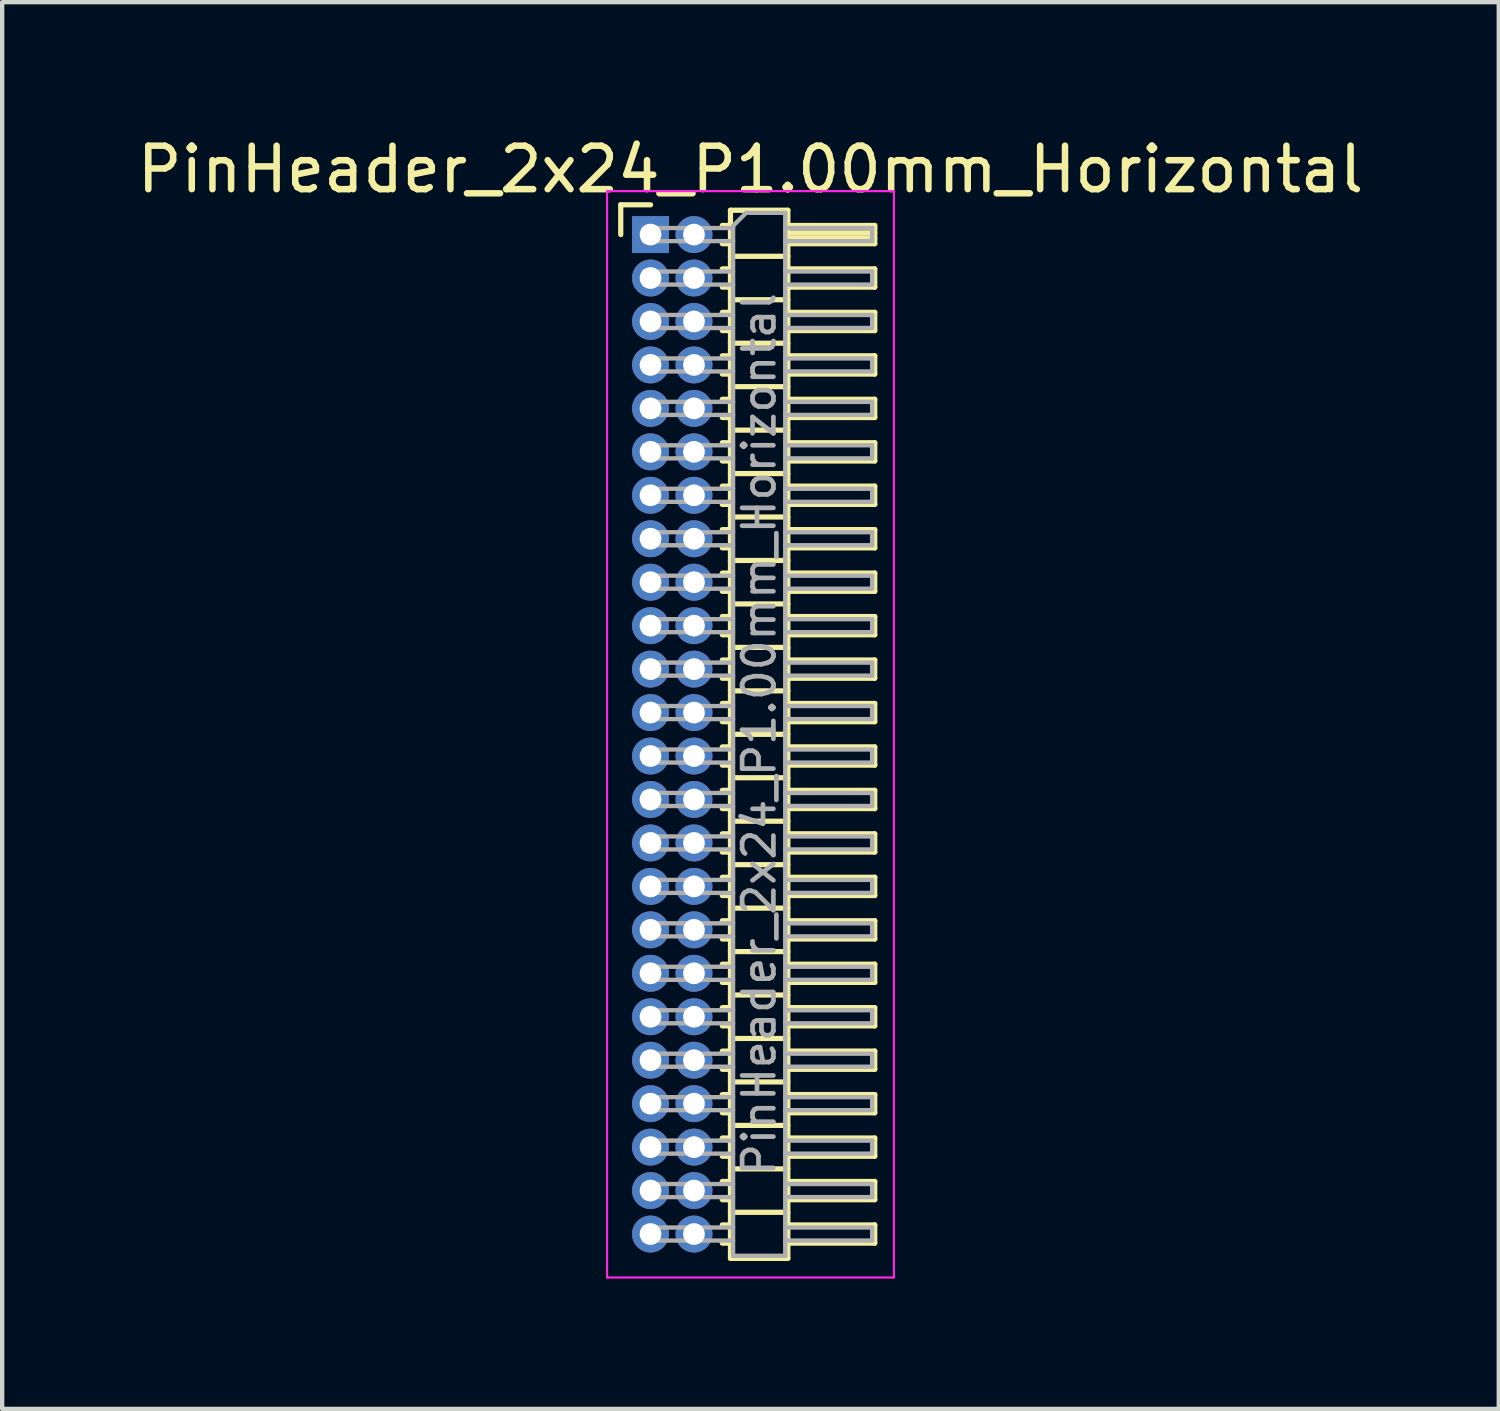
<source format=kicad_pcb>
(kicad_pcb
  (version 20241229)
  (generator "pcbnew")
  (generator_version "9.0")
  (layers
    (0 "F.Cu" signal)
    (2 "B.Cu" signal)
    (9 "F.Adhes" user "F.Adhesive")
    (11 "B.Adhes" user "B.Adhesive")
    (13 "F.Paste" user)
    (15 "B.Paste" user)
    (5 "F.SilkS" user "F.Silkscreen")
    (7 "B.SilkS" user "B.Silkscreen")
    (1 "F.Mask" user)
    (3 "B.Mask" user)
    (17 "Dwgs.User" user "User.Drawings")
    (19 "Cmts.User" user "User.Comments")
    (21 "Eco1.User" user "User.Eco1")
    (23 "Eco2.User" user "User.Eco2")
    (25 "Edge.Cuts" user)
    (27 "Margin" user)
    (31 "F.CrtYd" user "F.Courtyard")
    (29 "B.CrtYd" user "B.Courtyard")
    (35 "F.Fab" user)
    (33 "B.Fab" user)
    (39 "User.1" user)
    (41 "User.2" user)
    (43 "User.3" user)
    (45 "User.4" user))
  (footprint "PinHeader_2x24_P1.00mm_Horizontal"
    (layer "F.Cu")
    (at 11.92 2.348)
    (property "Reference" "PinHeader_2x24_P1.00mm_Horizontal" (at 2.3 -1.5 0) (layer "F.SilkS") (effects (font (size 1 1) (thickness 0.15))))
    (attr through_hole)
    (fp_line (start -0.685 -0.685) (end 0 -0.685) (stroke (width 0.12) (type solid)) (layer "F.SilkS"))
    (fp_line (start -0.685 0) (end -0.685 -0.685) (stroke (width 0.12) (type solid)) (layer "F.SilkS"))
    (fp_line (start 1.652 -0.21) (end 1.84 -0.21) (stroke (width 0.12) (type solid)) (layer "F.SilkS"))
    (fp_line (start 1.652 0.21) (end 1.84 0.21) (stroke (width 0.12) (type solid)) (layer "F.SilkS"))
    (fp_line (start 1.652 0.79) (end 1.84 0.79) (stroke (width 0.12) (type solid)) (layer "F.SilkS"))
    (fp_line (start 1.652 1.21) (end 1.84 1.21) (stroke (width 0.12) (type solid)) (layer "F.SilkS"))
    (fp_line (start 1.652 1.79) (end 1.84 1.79) (stroke (width 0.12) (type solid)) (layer "F.SilkS"))
    (fp_line (start 1.652 2.21) (end 1.84 2.21) (stroke (width 0.12) (type solid)) (layer "F.SilkS"))
    (fp_line (start 1.652 2.79) (end 1.84 2.79) (stroke (width 0.12) (type solid)) (layer "F.SilkS"))
    (fp_line (start 1.652 3.21) (end 1.84 3.21) (stroke (width 0.12) (type solid)) (layer "F.SilkS"))
    (fp_line (start 1.652 3.79) (end 1.84 3.79) (stroke (width 0.12) (type solid)) (layer "F.SilkS"))
    (fp_line (start 1.652 4.21) (end 1.84 4.21) (stroke (width 0.12) (type solid)) (layer "F.SilkS"))
    (fp_line (start 1.652 4.79) (end 1.84 4.79) (stroke (width 0.12) (type solid)) (layer "F.SilkS"))
    (fp_line (start 1.652 5.21) (end 1.84 5.21) (stroke (width 0.12) (type solid)) (layer "F.SilkS"))
    (fp_line (start 1.652 5.79) (end 1.84 5.79) (stroke (width 0.12) (type solid)) (layer "F.SilkS"))
    (fp_line (start 1.652 6.21) (end 1.84 6.21) (stroke (width 0.12) (type solid)) (layer "F.SilkS"))
    (fp_line (start 1.652 6.79) (end 1.84 6.79) (stroke (width 0.12) (type solid)) (layer "F.SilkS"))
    (fp_line (start 1.652 7.21) (end 1.84 7.21) (stroke (width 0.12) (type solid)) (layer "F.SilkS"))
    (fp_line (start 1.652 7.79) (end 1.84 7.79) (stroke (width 0.12) (type solid)) (layer "F.SilkS"))
    (fp_line (start 1.652 8.21) (end 1.84 8.21) (stroke (width 0.12) (type solid)) (layer "F.SilkS"))
    (fp_line (start 1.652 8.79) (end 1.84 8.79) (stroke (width 0.12) (type solid)) (layer "F.SilkS"))
    (fp_line (start 1.652 9.21) (end 1.84 9.21) (stroke (width 0.12) (type solid)) (layer "F.SilkS"))
    (fp_line (start 1.652 9.79) (end 1.84 9.79) (stroke (width 0.12) (type solid)) (layer "F.SilkS"))
    (fp_line (start 1.652 10.21) (end 1.84 10.21) (stroke (width 0.12) (type solid)) (layer "F.SilkS"))
    (fp_line (start 1.652 10.79) (end 1.84 10.79) (stroke (width 0.12) (type solid)) (layer "F.SilkS"))
    (fp_line (start 1.652 11.21) (end 1.84 11.21) (stroke (width 0.12) (type solid)) (layer "F.SilkS"))
    (fp_line (start 1.652 11.79) (end 1.84 11.79) (stroke (width 0.12) (type solid)) (layer "F.SilkS"))
    (fp_line (start 1.652 12.21) (end 1.84 12.21) (stroke (width 0.12) (type solid)) (layer "F.SilkS"))
    (fp_line (start 1.652 12.79) (end 1.84 12.79) (stroke (width 0.12) (type solid)) (layer "F.SilkS"))
    (fp_line (start 1.652 13.21) (end 1.84 13.21) (stroke (width 0.12) (type solid)) (layer "F.SilkS"))
    (fp_line (start 1.652 13.79) (end 1.84 13.79) (stroke (width 0.12) (type solid)) (layer "F.SilkS"))
    (fp_line (start 1.652 14.21) (end 1.84 14.21) (stroke (width 0.12) (type solid)) (layer "F.SilkS"))
    (fp_line (start 1.652 14.79) (end 1.84 14.79) (stroke (width 0.12) (type solid)) (layer "F.SilkS"))
    (fp_line (start 1.652 15.21) (end 1.84 15.21) (stroke (width 0.12) (type solid)) (layer "F.SilkS"))
    (fp_line (start 1.652 15.79) (end 1.84 15.79) (stroke (width 0.12) (type solid)) (layer "F.SilkS"))
    (fp_line (start 1.652 16.21) (end 1.84 16.21) (stroke (width 0.12) (type solid)) (layer "F.SilkS"))
    (fp_line (start 1.652 16.79) (end 1.84 16.79) (stroke (width 0.12) (type solid)) (layer "F.SilkS"))
    (fp_line (start 1.652 17.21) (end 1.84 17.21) (stroke (width 0.12) (type solid)) (layer "F.SilkS"))
    (fp_line (start 1.652 17.79) (end 1.84 17.79) (stroke (width 0.12) (type solid)) (layer "F.SilkS"))
    (fp_line (start 1.652 18.21) (end 1.84 18.21) (stroke (width 0.12) (type solid)) (layer "F.SilkS"))
    (fp_line (start 1.652 18.79) (end 1.84 18.79) (stroke (width 0.12) (type solid)) (layer "F.SilkS"))
    (fp_line (start 1.652 19.21) (end 1.84 19.21) (stroke (width 0.12) (type solid)) (layer "F.SilkS"))
    (fp_line (start 1.652 19.79) (end 1.84 19.79) (stroke (width 0.12) (type solid)) (layer "F.SilkS"))
    (fp_line (start 1.652 20.21) (end 1.84 20.21) (stroke (width 0.12) (type solid)) (layer "F.SilkS"))
    (fp_line (start 1.652 20.79) (end 1.84 20.79) (stroke (width 0.12) (type solid)) (layer "F.SilkS"))
    (fp_line (start 1.652 21.21) (end 1.84 21.21) (stroke (width 0.12) (type solid)) (layer "F.SilkS"))
    (fp_line (start 1.652 21.79) (end 1.84 21.79) (stroke (width 0.12) (type solid)) (layer "F.SilkS"))
    (fp_line (start 1.652 22.21) (end 1.84 22.21) (stroke (width 0.12) (type solid)) (layer "F.SilkS"))
    (fp_line (start 1.652 22.79) (end 1.84 22.79) (stroke (width 0.12) (type solid)) (layer "F.SilkS"))
    (fp_line (start 1.652 23.21) (end 1.84 23.21) (stroke (width 0.12) (type solid)) (layer "F.SilkS"))
    (fp_line (start 1.84 -0.56) (end 1.84 23.56) (stroke (width 0.12) (type solid)) (layer "F.SilkS"))
    (fp_line (start 1.84 0.5) (end 3.16 0.5) (stroke (width 0.12) (type solid)) (layer "F.SilkS"))
    (fp_line (start 1.84 1.5) (end 3.16 1.5) (stroke (width 0.12) (type solid)) (layer "F.SilkS"))
    (fp_line (start 1.84 2.5) (end 3.16 2.5) (stroke (width 0.12) (type solid)) (layer "F.SilkS"))
    (fp_line (start 1.84 3.5) (end 3.16 3.5) (stroke (width 0.12) (type solid)) (layer "F.SilkS"))
    (fp_line (start 1.84 4.5) (end 3.16 4.5) (stroke (width 0.12) (type solid)) (layer "F.SilkS"))
    (fp_line (start 1.84 5.5) (end 3.16 5.5) (stroke (width 0.12) (type solid)) (layer "F.SilkS"))
    (fp_line (start 1.84 6.5) (end 3.16 6.5) (stroke (width 0.12) (type solid)) (layer "F.SilkS"))
    (fp_line (start 1.84 7.5) (end 3.16 7.5) (stroke (width 0.12) (type solid)) (layer "F.SilkS"))
    (fp_line (start 1.84 8.5) (end 3.16 8.5) (stroke (width 0.12) (type solid)) (layer "F.SilkS"))
    (fp_line (start 1.84 9.5) (end 3.16 9.5) (stroke (width 0.12) (type solid)) (layer "F.SilkS"))
    (fp_line (start 1.84 10.5) (end 3.16 10.5) (stroke (width 0.12) (type solid)) (layer "F.SilkS"))
    (fp_line (start 1.84 11.5) (end 3.16 11.5) (stroke (width 0.12) (type solid)) (layer "F.SilkS"))
    (fp_line (start 1.84 12.5) (end 3.16 12.5) (stroke (width 0.12) (type solid)) (layer "F.SilkS"))
    (fp_line (start 1.84 13.5) (end 3.16 13.5) (stroke (width 0.12) (type solid)) (layer "F.SilkS"))
    (fp_line (start 1.84 14.5) (end 3.16 14.5) (stroke (width 0.12) (type solid)) (layer "F.SilkS"))
    (fp_line (start 1.84 15.5) (end 3.16 15.5) (stroke (width 0.12) (type solid)) (layer "F.SilkS"))
    (fp_line (start 1.84 16.5) (end 3.16 16.5) (stroke (width 0.12) (type solid)) (layer "F.SilkS"))
    (fp_line (start 1.84 17.5) (end 3.16 17.5) (stroke (width 0.12) (type solid)) (layer "F.SilkS"))
    (fp_line (start 1.84 18.5) (end 3.16 18.5) (stroke (width 0.12) (type solid)) (layer "F.SilkS"))
    (fp_line (start 1.84 19.5) (end 3.16 19.5) (stroke (width 0.12) (type solid)) (layer "F.SilkS"))
    (fp_line (start 1.84 20.5) (end 3.16 20.5) (stroke (width 0.12) (type solid)) (layer "F.SilkS"))
    (fp_line (start 1.84 21.5) (end 3.16 21.5) (stroke (width 0.12) (type solid)) (layer "F.SilkS"))
    (fp_line (start 1.84 22.5) (end 3.16 22.5) (stroke (width 0.12) (type solid)) (layer "F.SilkS"))
    (fp_line (start 1.84 23.56) (end 3.16 23.56) (stroke (width 0.12) (type solid)) (layer "F.SilkS"))
    (fp_line (start 3.16 -0.56) (end 1.84 -0.56) (stroke (width 0.12) (type solid)) (layer "F.SilkS"))
    (fp_line (start 3.16 -0.21) (end 5.16 -0.21) (stroke (width 0.12) (type solid)) (layer "F.SilkS"))
    (fp_line (start 3.16 -0.15) (end 5.16 -0.15) (stroke (width 0.12) (type solid)) (layer "F.SilkS"))
    (fp_line (start 3.16 -0.03) (end 5.16 -0.03) (stroke (width 0.12) (type solid)) (layer "F.SilkS"))
    (fp_line (start 3.16 0.09) (end 5.16 0.09) (stroke (width 0.12) (type solid)) (layer "F.SilkS"))
    (fp_line (start 3.16 0.79) (end 5.16 0.79) (stroke (width 0.12) (type solid)) (layer "F.SilkS"))
    (fp_line (start 3.16 1.79) (end 5.16 1.79) (stroke (width 0.12) (type solid)) (layer "F.SilkS"))
    (fp_line (start 3.16 2.79) (end 5.16 2.79) (stroke (width 0.12) (type solid)) (layer "F.SilkS"))
    (fp_line (start 3.16 3.79) (end 5.16 3.79) (stroke (width 0.12) (type solid)) (layer "F.SilkS"))
    (fp_line (start 3.16 4.79) (end 5.16 4.79) (stroke (width 0.12) (type solid)) (layer "F.SilkS"))
    (fp_line (start 3.16 5.79) (end 5.16 5.79) (stroke (width 0.12) (type solid)) (layer "F.SilkS"))
    (fp_line (start 3.16 6.79) (end 5.16 6.79) (stroke (width 0.12) (type solid)) (layer "F.SilkS"))
    (fp_line (start 3.16 7.79) (end 5.16 7.79) (stroke (width 0.12) (type solid)) (layer "F.SilkS"))
    (fp_line (start 3.16 8.79) (end 5.16 8.79) (stroke (width 0.12) (type solid)) (layer "F.SilkS"))
    (fp_line (start 3.16 9.79) (end 5.16 9.79) (stroke (width 0.12) (type solid)) (layer "F.SilkS"))
    (fp_line (start 3.16 10.79) (end 5.16 10.79) (stroke (width 0.12) (type solid)) (layer "F.SilkS"))
    (fp_line (start 3.16 11.79) (end 5.16 11.79) (stroke (width 0.12) (type solid)) (layer "F.SilkS"))
    (fp_line (start 3.16 12.79) (end 5.16 12.79) (stroke (width 0.12) (type solid)) (layer "F.SilkS"))
    (fp_line (start 3.16 13.79) (end 5.16 13.79) (stroke (width 0.12) (type solid)) (layer "F.SilkS"))
    (fp_line (start 3.16 14.79) (end 5.16 14.79) (stroke (width 0.12) (type solid)) (layer "F.SilkS"))
    (fp_line (start 3.16 15.79) (end 5.16 15.79) (stroke (width 0.12) (type solid)) (layer "F.SilkS"))
    (fp_line (start 3.16 16.79) (end 5.16 16.79) (stroke (width 0.12) (type solid)) (layer "F.SilkS"))
    (fp_line (start 3.16 17.79) (end 5.16 17.79) (stroke (width 0.12) (type solid)) (layer "F.SilkS"))
    (fp_line (start 3.16 18.79) (end 5.16 18.79) (stroke (width 0.12) (type solid)) (layer "F.SilkS"))
    (fp_line (start 3.16 19.79) (end 5.16 19.79) (stroke (width 0.12) (type solid)) (layer "F.SilkS"))
    (fp_line (start 3.16 20.79) (end 5.16 20.79) (stroke (width 0.12) (type solid)) (layer "F.SilkS"))
    (fp_line (start 3.16 21.79) (end 5.16 21.79) (stroke (width 0.12) (type solid)) (layer "F.SilkS"))
    (fp_line (start 3.16 22.79) (end 5.16 22.79) (stroke (width 0.12) (type solid)) (layer "F.SilkS"))
    (fp_line (start 3.16 23.56) (end 3.16 -0.56) (stroke (width 0.12) (type solid)) (layer "F.SilkS"))
    (fp_line (start 5.16 -0.21) (end 5.16 0.21) (stroke (width 0.12) (type solid)) (layer "F.SilkS"))
    (fp_line (start 5.16 0.21) (end 3.16 0.21) (stroke (width 0.12) (type solid)) (layer "F.SilkS"))
    (fp_line (start 5.16 0.79) (end 5.16 1.21) (stroke (width 0.12) (type solid)) (layer "F.SilkS"))
    (fp_line (start 5.16 1.21) (end 3.16 1.21) (stroke (width 0.12) (type solid)) (layer "F.SilkS"))
    (fp_line (start 5.16 1.79) (end 5.16 2.21) (stroke (width 0.12) (type solid)) (layer "F.SilkS"))
    (fp_line (start 5.16 2.21) (end 3.16 2.21) (stroke (width 0.12) (type solid)) (layer "F.SilkS"))
    (fp_line (start 5.16 2.79) (end 5.16 3.21) (stroke (width 0.12) (type solid)) (layer "F.SilkS"))
    (fp_line (start 5.16 3.21) (end 3.16 3.21) (stroke (width 0.12) (type solid)) (layer "F.SilkS"))
    (fp_line (start 5.16 3.79) (end 5.16 4.21) (stroke (width 0.12) (type solid)) (layer "F.SilkS"))
    (fp_line (start 5.16 4.21) (end 3.16 4.21) (stroke (width 0.12) (type solid)) (layer "F.SilkS"))
    (fp_line (start 5.16 4.79) (end 5.16 5.21) (stroke (width 0.12) (type solid)) (layer "F.SilkS"))
    (fp_line (start 5.16 5.21) (end 3.16 5.21) (stroke (width 0.12) (type solid)) (layer "F.SilkS"))
    (fp_line (start 5.16 5.79) (end 5.16 6.21) (stroke (width 0.12) (type solid)) (layer "F.SilkS"))
    (fp_line (start 5.16 6.21) (end 3.16 6.21) (stroke (width 0.12) (type solid)) (layer "F.SilkS"))
    (fp_line (start 5.16 6.79) (end 5.16 7.21) (stroke (width 0.12) (type solid)) (layer "F.SilkS"))
    (fp_line (start 5.16 7.21) (end 3.16 7.21) (stroke (width 0.12) (type solid)) (layer "F.SilkS"))
    (fp_line (start 5.16 7.79) (end 5.16 8.21) (stroke (width 0.12) (type solid)) (layer "F.SilkS"))
    (fp_line (start 5.16 8.21) (end 3.16 8.21) (stroke (width 0.12) (type solid)) (layer "F.SilkS"))
    (fp_line (start 5.16 8.79) (end 5.16 9.21) (stroke (width 0.12) (type solid)) (layer "F.SilkS"))
    (fp_line (start 5.16 9.21) (end 3.16 9.21) (stroke (width 0.12) (type solid)) (layer "F.SilkS"))
    (fp_line (start 5.16 9.79) (end 5.16 10.21) (stroke (width 0.12) (type solid)) (layer "F.SilkS"))
    (fp_line (start 5.16 10.21) (end 3.16 10.21) (stroke (width 0.12) (type solid)) (layer "F.SilkS"))
    (fp_line (start 5.16 10.79) (end 5.16 11.21) (stroke (width 0.12) (type solid)) (layer "F.SilkS"))
    (fp_line (start 5.16 11.21) (end 3.16 11.21) (stroke (width 0.12) (type solid)) (layer "F.SilkS"))
    (fp_line (start 5.16 11.79) (end 5.16 12.21) (stroke (width 0.12) (type solid)) (layer "F.SilkS"))
    (fp_line (start 5.16 12.21) (end 3.16 12.21) (stroke (width 0.12) (type solid)) (layer "F.SilkS"))
    (fp_line (start 5.16 12.79) (end 5.16 13.21) (stroke (width 0.12) (type solid)) (layer "F.SilkS"))
    (fp_line (start 5.16 13.21) (end 3.16 13.21) (stroke (width 0.12) (type solid)) (layer "F.SilkS"))
    (fp_line (start 5.16 13.79) (end 5.16 14.21) (stroke (width 0.12) (type solid)) (layer "F.SilkS"))
    (fp_line (start 5.16 14.21) (end 3.16 14.21) (stroke (width 0.12) (type solid)) (layer "F.SilkS"))
    (fp_line (start 5.16 14.79) (end 5.16 15.21) (stroke (width 0.12) (type solid)) (layer "F.SilkS"))
    (fp_line (start 5.16 15.21) (end 3.16 15.21) (stroke (width 0.12) (type solid)) (layer "F.SilkS"))
    (fp_line (start 5.16 15.79) (end 5.16 16.21) (stroke (width 0.12) (type solid)) (layer "F.SilkS"))
    (fp_line (start 5.16 16.21) (end 3.16 16.21) (stroke (width 0.12) (type solid)) (layer "F.SilkS"))
    (fp_line (start 5.16 16.79) (end 5.16 17.21) (stroke (width 0.12) (type solid)) (layer "F.SilkS"))
    (fp_line (start 5.16 17.21) (end 3.16 17.21) (stroke (width 0.12) (type solid)) (layer "F.SilkS"))
    (fp_line (start 5.16 17.79) (end 5.16 18.21) (stroke (width 0.12) (type solid)) (layer "F.SilkS"))
    (fp_line (start 5.16 18.21) (end 3.16 18.21) (stroke (width 0.12) (type solid)) (layer "F.SilkS"))
    (fp_line (start 5.16 18.79) (end 5.16 19.21) (stroke (width 0.12) (type solid)) (layer "F.SilkS"))
    (fp_line (start 5.16 19.21) (end 3.16 19.21) (stroke (width 0.12) (type solid)) (layer "F.SilkS"))
    (fp_line (start 5.16 19.79) (end 5.16 20.21) (stroke (width 0.12) (type solid)) (layer "F.SilkS"))
    (fp_line (start 5.16 20.21) (end 3.16 20.21) (stroke (width 0.12) (type solid)) (layer "F.SilkS"))
    (fp_line (start 5.16 20.79) (end 5.16 21.21) (stroke (width 0.12) (type solid)) (layer "F.SilkS"))
    (fp_line (start 5.16 21.21) (end 3.16 21.21) (stroke (width 0.12) (type solid)) (layer "F.SilkS"))
    (fp_line (start 5.16 21.79) (end 5.16 22.21) (stroke (width 0.12) (type solid)) (layer "F.SilkS"))
    (fp_line (start 5.16 22.21) (end 3.16 22.21) (stroke (width 0.12) (type solid)) (layer "F.SilkS"))
    (fp_line (start 5.16 22.79) (end 5.16 23.21) (stroke (width 0.12) (type solid)) (layer "F.SilkS"))
    (fp_line (start 5.16 23.21) (end 3.16 23.21) (stroke (width 0.12) (type solid)) (layer "F.SilkS"))
    (fp_line (start -1 -1) (end -1 24) (stroke (width 0.05) (type solid)) (layer "F.CrtYd"))
    (fp_line (start -1 24) (end 5.6 24) (stroke (width 0.05) (type solid)) (layer "F.CrtYd"))
    (fp_line (start 5.6 -1) (end -1 -1) (stroke (width 0.05) (type solid)) (layer "F.CrtYd"))
    (fp_line (start 5.6 24) (end 5.6 -1) (stroke (width 0.05) (type solid)) (layer "F.CrtYd"))
    (fp_line (start -0.15 -0.15) (end -0.15 0.15) (stroke (width 0.1) (type solid)) (layer "F.Fab"))
    (fp_line (start -0.15 -0.15) (end 1.9 -0.15) (stroke (width 0.1) (type solid)) (layer "F.Fab"))
    (fp_line (start -0.15 0.15) (end 1.9 0.15) (stroke (width 0.1) (type solid)) (layer "F.Fab"))
    (fp_line (start -0.15 0.85) (end -0.15 1.15) (stroke (width 0.1) (type solid)) (layer "F.Fab"))
    (fp_line (start -0.15 0.85) (end 1.9 0.85) (stroke (width 0.1) (type solid)) (layer "F.Fab"))
    (fp_line (start -0.15 1.15) (end 1.9 1.15) (stroke (width 0.1) (type solid)) (layer "F.Fab"))
    (fp_line (start -0.15 1.85) (end -0.15 2.15) (stroke (width 0.1) (type solid)) (layer "F.Fab"))
    (fp_line (start -0.15 1.85) (end 1.9 1.85) (stroke (width 0.1) (type solid)) (layer "F.Fab"))
    (fp_line (start -0.15 2.15) (end 1.9 2.15) (stroke (width 0.1) (type solid)) (layer "F.Fab"))
    (fp_line (start -0.15 2.85) (end -0.15 3.15) (stroke (width 0.1) (type solid)) (layer "F.Fab"))
    (fp_line (start -0.15 2.85) (end 1.9 2.85) (stroke (width 0.1) (type solid)) (layer "F.Fab"))
    (fp_line (start -0.15 3.15) (end 1.9 3.15) (stroke (width 0.1) (type solid)) (layer "F.Fab"))
    (fp_line (start -0.15 3.85) (end -0.15 4.15) (stroke (width 0.1) (type solid)) (layer "F.Fab"))
    (fp_line (start -0.15 3.85) (end 1.9 3.85) (stroke (width 0.1) (type solid)) (layer "F.Fab"))
    (fp_line (start -0.15 4.15) (end 1.9 4.15) (stroke (width 0.1) (type solid)) (layer "F.Fab"))
    (fp_line (start -0.15 4.85) (end -0.15 5.15) (stroke (width 0.1) (type solid)) (layer "F.Fab"))
    (fp_line (start -0.15 4.85) (end 1.9 4.85) (stroke (width 0.1) (type solid)) (layer "F.Fab"))
    (fp_line (start -0.15 5.15) (end 1.9 5.15) (stroke (width 0.1) (type solid)) (layer "F.Fab"))
    (fp_line (start -0.15 5.85) (end -0.15 6.15) (stroke (width 0.1) (type solid)) (layer "F.Fab"))
    (fp_line (start -0.15 5.85) (end 1.9 5.85) (stroke (width 0.1) (type solid)) (layer "F.Fab"))
    (fp_line (start -0.15 6.15) (end 1.9 6.15) (stroke (width 0.1) (type solid)) (layer "F.Fab"))
    (fp_line (start -0.15 6.85) (end -0.15 7.15) (stroke (width 0.1) (type solid)) (layer "F.Fab"))
    (fp_line (start -0.15 6.85) (end 1.9 6.85) (stroke (width 0.1) (type solid)) (layer "F.Fab"))
    (fp_line (start -0.15 7.15) (end 1.9 7.15) (stroke (width 0.1) (type solid)) (layer "F.Fab"))
    (fp_line (start -0.15 7.85) (end -0.15 8.15) (stroke (width 0.1) (type solid)) (layer "F.Fab"))
    (fp_line (start -0.15 7.85) (end 1.9 7.85) (stroke (width 0.1) (type solid)) (layer "F.Fab"))
    (fp_line (start -0.15 8.15) (end 1.9 8.15) (stroke (width 0.1) (type solid)) (layer "F.Fab"))
    (fp_line (start -0.15 8.85) (end -0.15 9.15) (stroke (width 0.1) (type solid)) (layer "F.Fab"))
    (fp_line (start -0.15 8.85) (end 1.9 8.85) (stroke (width 0.1) (type solid)) (layer "F.Fab"))
    (fp_line (start -0.15 9.15) (end 1.9 9.15) (stroke (width 0.1) (type solid)) (layer "F.Fab"))
    (fp_line (start -0.15 9.85) (end -0.15 10.15) (stroke (width 0.1) (type solid)) (layer "F.Fab"))
    (fp_line (start -0.15 9.85) (end 1.9 9.85) (stroke (width 0.1) (type solid)) (layer "F.Fab"))
    (fp_line (start -0.15 10.15) (end 1.9 10.15) (stroke (width 0.1) (type solid)) (layer "F.Fab"))
    (fp_line (start -0.15 10.85) (end -0.15 11.15) (stroke (width 0.1) (type solid)) (layer "F.Fab"))
    (fp_line (start -0.15 10.85) (end 1.9 10.85) (stroke (width 0.1) (type solid)) (layer "F.Fab"))
    (fp_line (start -0.15 11.15) (end 1.9 11.15) (stroke (width 0.1) (type solid)) (layer "F.Fab"))
    (fp_line (start -0.15 11.85) (end -0.15 12.15) (stroke (width 0.1) (type solid)) (layer "F.Fab"))
    (fp_line (start -0.15 11.85) (end 1.9 11.85) (stroke (width 0.1) (type solid)) (layer "F.Fab"))
    (fp_line (start -0.15 12.15) (end 1.9 12.15) (stroke (width 0.1) (type solid)) (layer "F.Fab"))
    (fp_line (start -0.15 12.85) (end -0.15 13.15) (stroke (width 0.1) (type solid)) (layer "F.Fab"))
    (fp_line (start -0.15 12.85) (end 1.9 12.85) (stroke (width 0.1) (type solid)) (layer "F.Fab"))
    (fp_line (start -0.15 13.15) (end 1.9 13.15) (stroke (width 0.1) (type solid)) (layer "F.Fab"))
    (fp_line (start -0.15 13.85) (end -0.15 14.15) (stroke (width 0.1) (type solid)) (layer "F.Fab"))
    (fp_line (start -0.15 13.85) (end 1.9 13.85) (stroke (width 0.1) (type solid)) (layer "F.Fab"))
    (fp_line (start -0.15 14.15) (end 1.9 14.15) (stroke (width 0.1) (type solid)) (layer "F.Fab"))
    (fp_line (start -0.15 14.85) (end -0.15 15.15) (stroke (width 0.1) (type solid)) (layer "F.Fab"))
    (fp_line (start -0.15 14.85) (end 1.9 14.85) (stroke (width 0.1) (type solid)) (layer "F.Fab"))
    (fp_line (start -0.15 15.15) (end 1.9 15.15) (stroke (width 0.1) (type solid)) (layer "F.Fab"))
    (fp_line (start -0.15 15.85) (end -0.15 16.15) (stroke (width 0.1) (type solid)) (layer "F.Fab"))
    (fp_line (start -0.15 15.85) (end 1.9 15.85) (stroke (width 0.1) (type solid)) (layer "F.Fab"))
    (fp_line (start -0.15 16.15) (end 1.9 16.15) (stroke (width 0.1) (type solid)) (layer "F.Fab"))
    (fp_line (start -0.15 16.85) (end -0.15 17.15) (stroke (width 0.1) (type solid)) (layer "F.Fab"))
    (fp_line (start -0.15 16.85) (end 1.9 16.85) (stroke (width 0.1) (type solid)) (layer "F.Fab"))
    (fp_line (start -0.15 17.15) (end 1.9 17.15) (stroke (width 0.1) (type solid)) (layer "F.Fab"))
    (fp_line (start -0.15 17.85) (end -0.15 18.15) (stroke (width 0.1) (type solid)) (layer "F.Fab"))
    (fp_line (start -0.15 17.85) (end 1.9 17.85) (stroke (width 0.1) (type solid)) (layer "F.Fab"))
    (fp_line (start -0.15 18.15) (end 1.9 18.15) (stroke (width 0.1) (type solid)) (layer "F.Fab"))
    (fp_line (start -0.15 18.85) (end -0.15 19.15) (stroke (width 0.1) (type solid)) (layer "F.Fab"))
    (fp_line (start -0.15 18.85) (end 1.9 18.85) (stroke (width 0.1) (type solid)) (layer "F.Fab"))
    (fp_line (start -0.15 19.15) (end 1.9 19.15) (stroke (width 0.1) (type solid)) (layer "F.Fab"))
    (fp_line (start -0.15 19.85) (end -0.15 20.15) (stroke (width 0.1) (type solid)) (layer "F.Fab"))
    (fp_line (start -0.15 19.85) (end 1.9 19.85) (stroke (width 0.1) (type solid)) (layer "F.Fab"))
    (fp_line (start -0.15 20.15) (end 1.9 20.15) (stroke (width 0.1) (type solid)) (layer "F.Fab"))
    (fp_line (start -0.15 20.85) (end -0.15 21.15) (stroke (width 0.1) (type solid)) (layer "F.Fab"))
    (fp_line (start -0.15 20.85) (end 1.9 20.85) (stroke (width 0.1) (type solid)) (layer "F.Fab"))
    (fp_line (start -0.15 21.15) (end 1.9 21.15) (stroke (width 0.1) (type solid)) (layer "F.Fab"))
    (fp_line (start -0.15 21.85) (end -0.15 22.15) (stroke (width 0.1) (type solid)) (layer "F.Fab"))
    (fp_line (start -0.15 21.85) (end 1.9 21.85) (stroke (width 0.1) (type solid)) (layer "F.Fab"))
    (fp_line (start -0.15 22.15) (end 1.9 22.15) (stroke (width 0.1) (type solid)) (layer "F.Fab"))
    (fp_line (start -0.15 22.85) (end -0.15 23.15) (stroke (width 0.1) (type solid)) (layer "F.Fab"))
    (fp_line (start -0.15 22.85) (end 1.9 22.85) (stroke (width 0.1) (type solid)) (layer "F.Fab"))
    (fp_line (start -0.15 23.15) (end 1.9 23.15) (stroke (width 0.1) (type solid)) (layer "F.Fab"))
    (fp_line (start 1.9 -0.2) (end 2.2 -0.5) (stroke (width 0.1) (type solid)) (layer "F.Fab"))
    (fp_line (start 1.9 23.5) (end 1.9 -0.2) (stroke (width 0.1) (type solid)) (layer "F.Fab"))
    (fp_line (start 2.2 -0.5) (end 3.1 -0.5) (stroke (width 0.1) (type solid)) (layer "F.Fab"))
    (fp_line (start 3.1 -0.5) (end 3.1 23.5) (stroke (width 0.1) (type solid)) (layer "F.Fab"))
    (fp_line (start 3.1 -0.15) (end 5.1 -0.15) (stroke (width 0.1) (type solid)) (layer "F.Fab"))
    (fp_line (start 3.1 0.15) (end 5.1 0.15) (stroke (width 0.1) (type solid)) (layer "F.Fab"))
    (fp_line (start 3.1 0.85) (end 5.1 0.85) (stroke (width 0.1) (type solid)) (layer "F.Fab"))
    (fp_line (start 3.1 1.15) (end 5.1 1.15) (stroke (width 0.1) (type solid)) (layer "F.Fab"))
    (fp_line (start 3.1 1.85) (end 5.1 1.85) (stroke (width 0.1) (type solid)) (layer "F.Fab"))
    (fp_line (start 3.1 2.15) (end 5.1 2.15) (stroke (width 0.1) (type solid)) (layer "F.Fab"))
    (fp_line (start 3.1 2.85) (end 5.1 2.85) (stroke (width 0.1) (type solid)) (layer "F.Fab"))
    (fp_line (start 3.1 3.15) (end 5.1 3.15) (stroke (width 0.1) (type solid)) (layer "F.Fab"))
    (fp_line (start 3.1 3.85) (end 5.1 3.85) (stroke (width 0.1) (type solid)) (layer "F.Fab"))
    (fp_line (start 3.1 4.15) (end 5.1 4.15) (stroke (width 0.1) (type solid)) (layer "F.Fab"))
    (fp_line (start 3.1 4.85) (end 5.1 4.85) (stroke (width 0.1) (type solid)) (layer "F.Fab"))
    (fp_line (start 3.1 5.15) (end 5.1 5.15) (stroke (width 0.1) (type solid)) (layer "F.Fab"))
    (fp_line (start 3.1 5.85) (end 5.1 5.85) (stroke (width 0.1) (type solid)) (layer "F.Fab"))
    (fp_line (start 3.1 6.15) (end 5.1 6.15) (stroke (width 0.1) (type solid)) (layer "F.Fab"))
    (fp_line (start 3.1 6.85) (end 5.1 6.85) (stroke (width 0.1) (type solid)) (layer "F.Fab"))
    (fp_line (start 3.1 7.15) (end 5.1 7.15) (stroke (width 0.1) (type solid)) (layer "F.Fab"))
    (fp_line (start 3.1 7.85) (end 5.1 7.85) (stroke (width 0.1) (type solid)) (layer "F.Fab"))
    (fp_line (start 3.1 8.15) (end 5.1 8.15) (stroke (width 0.1) (type solid)) (layer "F.Fab"))
    (fp_line (start 3.1 8.85) (end 5.1 8.85) (stroke (width 0.1) (type solid)) (layer "F.Fab"))
    (fp_line (start 3.1 9.15) (end 5.1 9.15) (stroke (width 0.1) (type solid)) (layer "F.Fab"))
    (fp_line (start 3.1 9.85) (end 5.1 9.85) (stroke (width 0.1) (type solid)) (layer "F.Fab"))
    (fp_line (start 3.1 10.15) (end 5.1 10.15) (stroke (width 0.1) (type solid)) (layer "F.Fab"))
    (fp_line (start 3.1 10.85) (end 5.1 10.85) (stroke (width 0.1) (type solid)) (layer "F.Fab"))
    (fp_line (start 3.1 11.15) (end 5.1 11.15) (stroke (width 0.1) (type solid)) (layer "F.Fab"))
    (fp_line (start 3.1 11.85) (end 5.1 11.85) (stroke (width 0.1) (type solid)) (layer "F.Fab"))
    (fp_line (start 3.1 12.15) (end 5.1 12.15) (stroke (width 0.1) (type solid)) (layer "F.Fab"))
    (fp_line (start 3.1 12.85) (end 5.1 12.85) (stroke (width 0.1) (type solid)) (layer "F.Fab"))
    (fp_line (start 3.1 13.15) (end 5.1 13.15) (stroke (width 0.1) (type solid)) (layer "F.Fab"))
    (fp_line (start 3.1 13.85) (end 5.1 13.85) (stroke (width 0.1) (type solid)) (layer "F.Fab"))
    (fp_line (start 3.1 14.15) (end 5.1 14.15) (stroke (width 0.1) (type solid)) (layer "F.Fab"))
    (fp_line (start 3.1 14.85) (end 5.1 14.85) (stroke (width 0.1) (type solid)) (layer "F.Fab"))
    (fp_line (start 3.1 15.15) (end 5.1 15.15) (stroke (width 0.1) (type solid)) (layer "F.Fab"))
    (fp_line (start 3.1 15.85) (end 5.1 15.85) (stroke (width 0.1) (type solid)) (layer "F.Fab"))
    (fp_line (start 3.1 16.15) (end 5.1 16.15) (stroke (width 0.1) (type solid)) (layer "F.Fab"))
    (fp_line (start 3.1 16.85) (end 5.1 16.85) (stroke (width 0.1) (type solid)) (layer "F.Fab"))
    (fp_line (start 3.1 17.15) (end 5.1 17.15) (stroke (width 0.1) (type solid)) (layer "F.Fab"))
    (fp_line (start 3.1 17.85) (end 5.1 17.85) (stroke (width 0.1) (type solid)) (layer "F.Fab"))
    (fp_line (start 3.1 18.15) (end 5.1 18.15) (stroke (width 0.1) (type solid)) (layer "F.Fab"))
    (fp_line (start 3.1 18.85) (end 5.1 18.85) (stroke (width 0.1) (type solid)) (layer "F.Fab"))
    (fp_line (start 3.1 19.15) (end 5.1 19.15) (stroke (width 0.1) (type solid)) (layer "F.Fab"))
    (fp_line (start 3.1 19.85) (end 5.1 19.85) (stroke (width 0.1) (type solid)) (layer "F.Fab"))
    (fp_line (start 3.1 20.15) (end 5.1 20.15) (stroke (width 0.1) (type solid)) (layer "F.Fab"))
    (fp_line (start 3.1 20.85) (end 5.1 20.85) (stroke (width 0.1) (type solid)) (layer "F.Fab"))
    (fp_line (start 3.1 21.15) (end 5.1 21.15) (stroke (width 0.1) (type solid)) (layer "F.Fab"))
    (fp_line (start 3.1 21.85) (end 5.1 21.85) (stroke (width 0.1) (type solid)) (layer "F.Fab"))
    (fp_line (start 3.1 22.15) (end 5.1 22.15) (stroke (width 0.1) (type solid)) (layer "F.Fab"))
    (fp_line (start 3.1 22.85) (end 5.1 22.85) (stroke (width 0.1) (type solid)) (layer "F.Fab"))
    (fp_line (start 3.1 23.15) (end 5.1 23.15) (stroke (width 0.1) (type solid)) (layer "F.Fab"))
    (fp_line (start 3.1 23.5) (end 1.9 23.5) (stroke (width 0.1) (type solid)) (layer "F.Fab"))
    (fp_line (start 5.1 -0.15) (end 5.1 0.15) (stroke (width 0.1) (type solid)) (layer "F.Fab"))
    (fp_line (start 5.1 0.85) (end 5.1 1.15) (stroke (width 0.1) (type solid)) (layer "F.Fab"))
    (fp_line (start 5.1 1.85) (end 5.1 2.15) (stroke (width 0.1) (type solid)) (layer "F.Fab"))
    (fp_line (start 5.1 2.85) (end 5.1 3.15) (stroke (width 0.1) (type solid)) (layer "F.Fab"))
    (fp_line (start 5.1 3.85) (end 5.1 4.15) (stroke (width 0.1) (type solid)) (layer "F.Fab"))
    (fp_line (start 5.1 4.85) (end 5.1 5.15) (stroke (width 0.1) (type solid)) (layer "F.Fab"))
    (fp_line (start 5.1 5.85) (end 5.1 6.15) (stroke (width 0.1) (type solid)) (layer "F.Fab"))
    (fp_line (start 5.1 6.85) (end 5.1 7.15) (stroke (width 0.1) (type solid)) (layer "F.Fab"))
    (fp_line (start 5.1 7.85) (end 5.1 8.15) (stroke (width 0.1) (type solid)) (layer "F.Fab"))
    (fp_line (start 5.1 8.85) (end 5.1 9.15) (stroke (width 0.1) (type solid)) (layer "F.Fab"))
    (fp_line (start 5.1 9.85) (end 5.1 10.15) (stroke (width 0.1) (type solid)) (layer "F.Fab"))
    (fp_line (start 5.1 10.85) (end 5.1 11.15) (stroke (width 0.1) (type solid)) (layer "F.Fab"))
    (fp_line (start 5.1 11.85) (end 5.1 12.15) (stroke (width 0.1) (type solid)) (layer "F.Fab"))
    (fp_line (start 5.1 12.85) (end 5.1 13.15) (stroke (width 0.1) (type solid)) (layer "F.Fab"))
    (fp_line (start 5.1 13.85) (end 5.1 14.15) (stroke (width 0.1) (type solid)) (layer "F.Fab"))
    (fp_line (start 5.1 14.85) (end 5.1 15.15) (stroke (width 0.1) (type solid)) (layer "F.Fab"))
    (fp_line (start 5.1 15.85) (end 5.1 16.15) (stroke (width 0.1) (type solid)) (layer "F.Fab"))
    (fp_line (start 5.1 16.85) (end 5.1 17.15) (stroke (width 0.1) (type solid)) (layer "F.Fab"))
    (fp_line (start 5.1 17.85) (end 5.1 18.15) (stroke (width 0.1) (type solid)) (layer "F.Fab"))
    (fp_line (start 5.1 18.85) (end 5.1 19.15) (stroke (width 0.1) (type solid)) (layer "F.Fab"))
    (fp_line (start 5.1 19.85) (end 5.1 20.15) (stroke (width 0.1) (type solid)) (layer "F.Fab"))
    (fp_line (start 5.1 20.85) (end 5.1 21.15) (stroke (width 0.1) (type solid)) (layer "F.Fab"))
    (fp_line (start 5.1 21.85) (end 5.1 22.15) (stroke (width 0.1) (type solid)) (layer "F.Fab"))
    (fp_line (start 5.1 22.85) (end 5.1 23.15) (stroke (width 0.1) (type solid)) (layer "F.Fab"))
    (fp_text user "${REFERENCE}" (at 2.5 11.5 90) (layer "F.Fab") (effects (font (size 0.72 0.72) (thickness 0.108))))
    (pad "1" thru_hole rect (at 0 0) (size 0.85 0.85) (drill 0.5) (layers "*.Cu" "*.Mask"))
    (pad "2" thru_hole oval (at 1 0) (size 0.85 0.85) (drill 0.5) (layers "*.Cu" "*.Mask"))
    (pad "3" thru_hole oval (at 0 1) (size 0.85 0.85) (drill 0.5) (layers "*.Cu" "*.Mask"))
    (pad "4" thru_hole oval (at 1 1) (size 0.85 0.85) (drill 0.5) (layers "*.Cu" "*.Mask"))
    (pad "5" thru_hole oval (at 0 2) (size 0.85 0.85) (drill 0.5) (layers "*.Cu" "*.Mask"))
    (pad "6" thru_hole oval (at 1 2) (size 0.85 0.85) (drill 0.5) (layers "*.Cu" "*.Mask"))
    (pad "7" thru_hole oval (at 0 3) (size 0.85 0.85) (drill 0.5) (layers "*.Cu" "*.Mask"))
    (pad "8" thru_hole oval (at 1 3) (size 0.85 0.85) (drill 0.5) (layers "*.Cu" "*.Mask"))
    (pad "9" thru_hole oval (at 0 4) (size 0.85 0.85) (drill 0.5) (layers "*.Cu" "*.Mask"))
    (pad "10" thru_hole oval (at 1 4) (size 0.85 0.85) (drill 0.5) (layers "*.Cu" "*.Mask"))
    (pad "11" thru_hole oval (at 0 5) (size 0.85 0.85) (drill 0.5) (layers "*.Cu" "*.Mask"))
    (pad "12" thru_hole oval (at 1 5) (size 0.85 0.85) (drill 0.5) (layers "*.Cu" "*.Mask"))
    (pad "13" thru_hole oval (at 0 6) (size 0.85 0.85) (drill 0.5) (layers "*.Cu" "*.Mask"))
    (pad "14" thru_hole oval (at 1 6) (size 0.85 0.85) (drill 0.5) (layers "*.Cu" "*.Mask"))
    (pad "15" thru_hole oval (at 0 7) (size 0.85 0.85) (drill 0.5) (layers "*.Cu" "*.Mask"))
    (pad "16" thru_hole oval (at 1 7) (size 0.85 0.85) (drill 0.5) (layers "*.Cu" "*.Mask"))
    (pad "17" thru_hole oval (at 0 8) (size 0.85 0.85) (drill 0.5) (layers "*.Cu" "*.Mask"))
    (pad "18" thru_hole oval (at 1 8) (size 0.85 0.85) (drill 0.5) (layers "*.Cu" "*.Mask"))
    (pad "19" thru_hole oval (at 0 9) (size 0.85 0.85) (drill 0.5) (layers "*.Cu" "*.Mask"))
    (pad "20" thru_hole oval (at 1 9) (size 0.85 0.85) (drill 0.5) (layers "*.Cu" "*.Mask"))
    (pad "21" thru_hole oval (at 0 10) (size 0.85 0.85) (drill 0.5) (layers "*.Cu" "*.Mask"))
    (pad "22" thru_hole oval (at 1 10) (size 0.85 0.85) (drill 0.5) (layers "*.Cu" "*.Mask"))
    (pad "23" thru_hole oval (at 0 11) (size 0.85 0.85) (drill 0.5) (layers "*.Cu" "*.Mask"))
    (pad "24" thru_hole oval (at 1 11) (size 0.85 0.85) (drill 0.5) (layers "*.Cu" "*.Mask"))
    (pad "25" thru_hole oval (at 0 12) (size 0.85 0.85) (drill 0.5) (layers "*.Cu" "*.Mask"))
    (pad "26" thru_hole oval (at 1 12) (size 0.85 0.85) (drill 0.5) (layers "*.Cu" "*.Mask"))
    (pad "27" thru_hole oval (at 0 13) (size 0.85 0.85) (drill 0.5) (layers "*.Cu" "*.Mask"))
    (pad "28" thru_hole oval (at 1 13) (size 0.85 0.85) (drill 0.5) (layers "*.Cu" "*.Mask"))
    (pad "29" thru_hole oval (at 0 14) (size 0.85 0.85) (drill 0.5) (layers "*.Cu" "*.Mask"))
    (pad "30" thru_hole oval (at 1 14) (size 0.85 0.85) (drill 0.5) (layers "*.Cu" "*.Mask"))
    (pad "31" thru_hole oval (at 0 15) (size 0.85 0.85) (drill 0.5) (layers "*.Cu" "*.Mask"))
    (pad "32" thru_hole oval (at 1 15) (size 0.85 0.85) (drill 0.5) (layers "*.Cu" "*.Mask"))
    (pad "33" thru_hole oval (at 0 16) (size 0.85 0.85) (drill 0.5) (layers "*.Cu" "*.Mask"))
    (pad "34" thru_hole oval (at 1 16) (size 0.85 0.85) (drill 0.5) (layers "*.Cu" "*.Mask"))
    (pad "35" thru_hole oval (at 0 17) (size 0.85 0.85) (drill 0.5) (layers "*.Cu" "*.Mask"))
    (pad "36" thru_hole oval (at 1 17) (size 0.85 0.85) (drill 0.5) (layers "*.Cu" "*.Mask"))
    (pad "37" thru_hole oval (at 0 18) (size 0.85 0.85) (drill 0.5) (layers "*.Cu" "*.Mask"))
    (pad "38" thru_hole oval (at 1 18) (size 0.85 0.85) (drill 0.5) (layers "*.Cu" "*.Mask"))
    (pad "39" thru_hole oval (at 0 19) (size 0.85 0.85) (drill 0.5) (layers "*.Cu" "*.Mask"))
    (pad "40" thru_hole oval (at 1 19) (size 0.85 0.85) (drill 0.5) (layers "*.Cu" "*.Mask"))
    (pad "41" thru_hole oval (at 0 20) (size 0.85 0.85) (drill 0.5) (layers "*.Cu" "*.Mask"))
    (pad "42" thru_hole oval (at 1 20) (size 0.85 0.85) (drill 0.5) (layers "*.Cu" "*.Mask"))
    (pad "43" thru_hole oval (at 0 21) (size 0.85 0.85) (drill 0.5) (layers "*.Cu" "*.Mask"))
    (pad "44" thru_hole oval (at 1 21) (size 0.85 0.85) (drill 0.5) (layers "*.Cu" "*.Mask"))
    (pad "45" thru_hole oval (at 0 22) (size 0.85 0.85) (drill 0.5) (layers "*.Cu" "*.Mask"))
    (pad "46" thru_hole oval (at 1 22) (size 0.85 0.85) (drill 0.5) (layers "*.Cu" "*.Mask"))
    (pad "47" thru_hole oval (at 0 23) (size 0.85 0.85) (drill 0.5) (layers "*.Cu" "*.Mask"))
    (pad "48" thru_hole oval (at 1 23) (size 0.85 0.85) (drill 0.5) (layers "*.Cu" "*.Mask")))
  (gr_rect
    (start -3 -3)
    (end 31.44 29.373)
    (stroke (width 0.1) (type default))
    (fill no)
    (layer "Edge.Cuts")))
</source>
